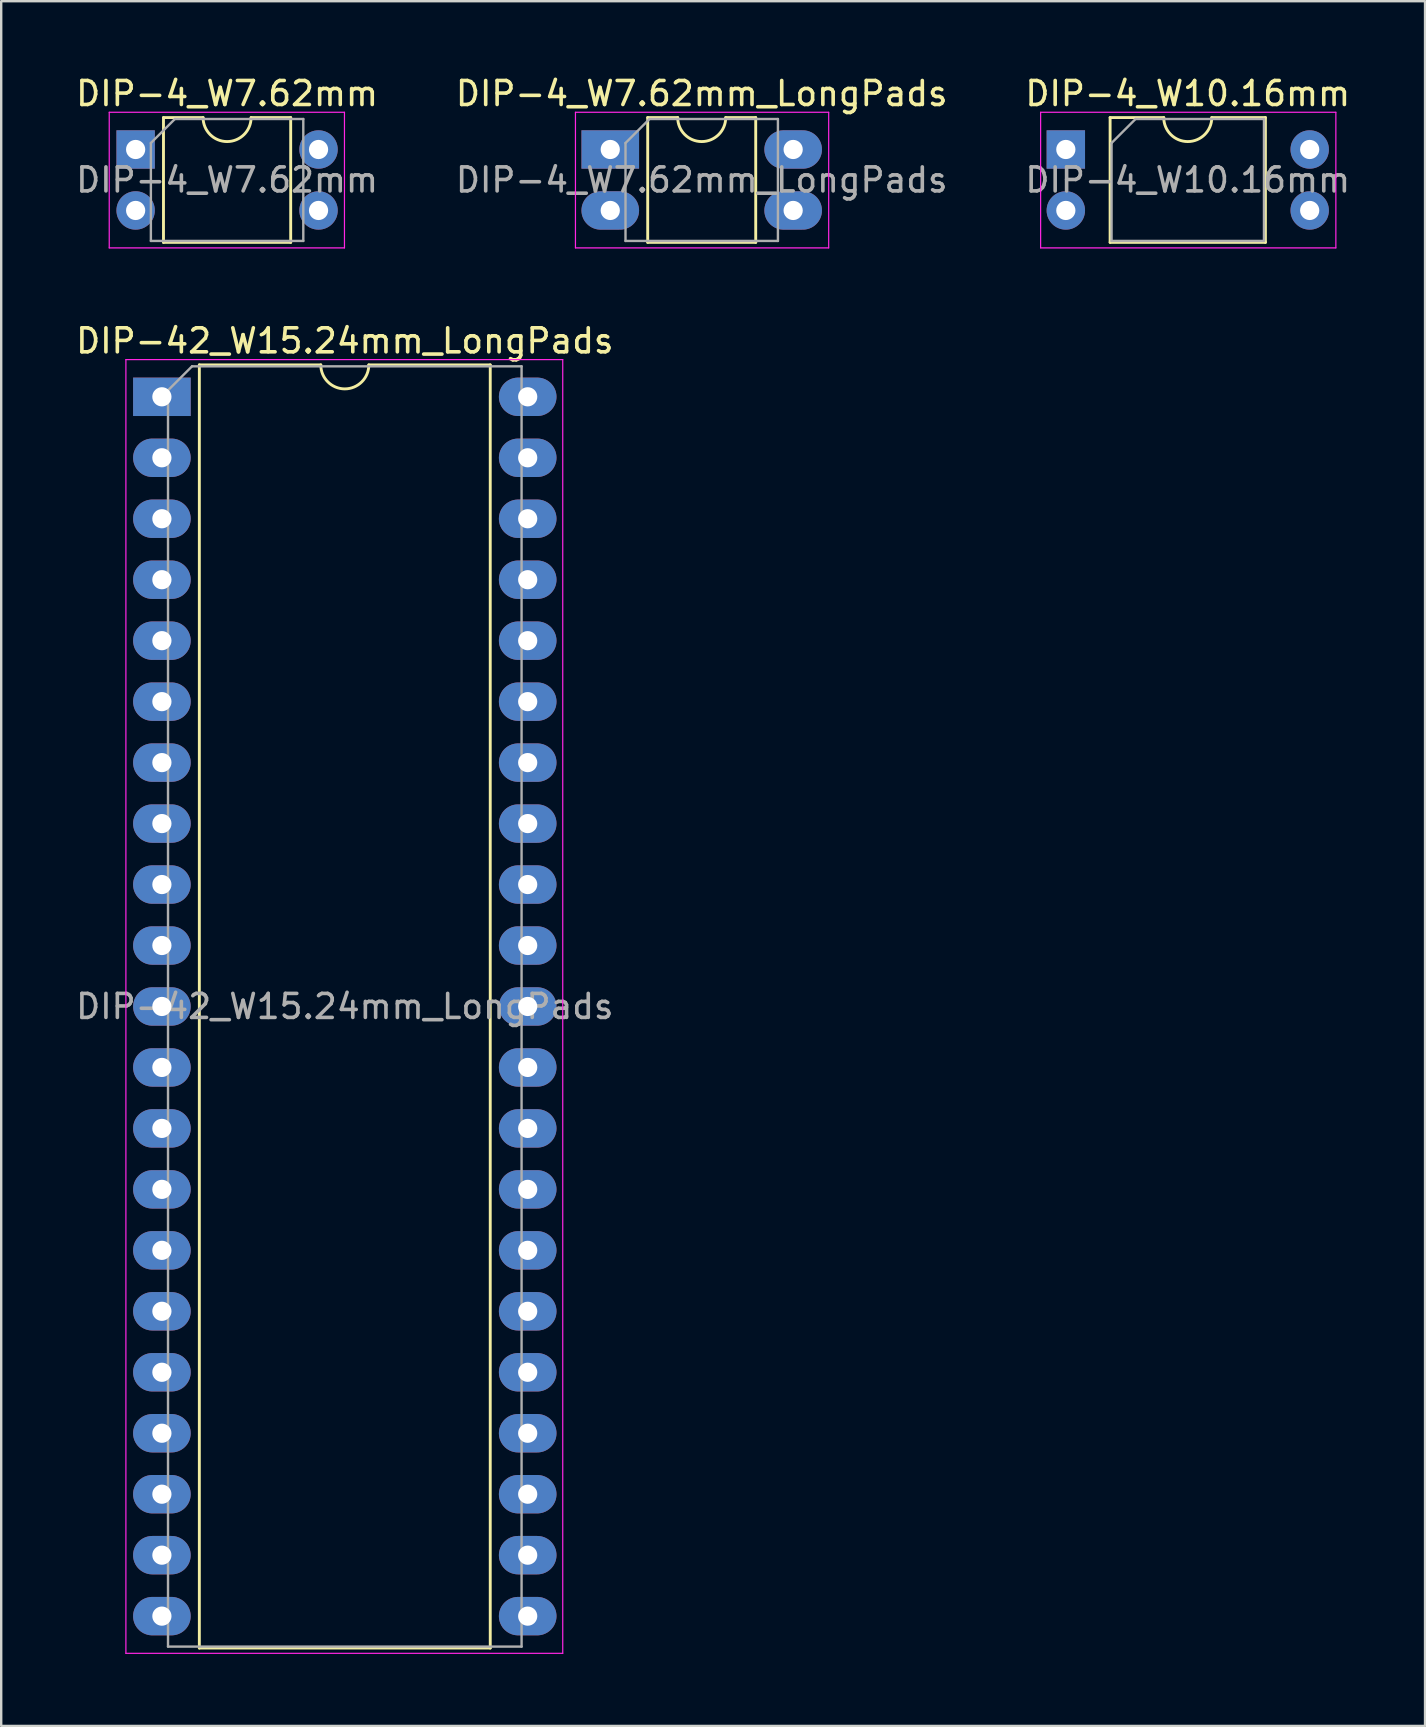
<source format=kicad_pcb>
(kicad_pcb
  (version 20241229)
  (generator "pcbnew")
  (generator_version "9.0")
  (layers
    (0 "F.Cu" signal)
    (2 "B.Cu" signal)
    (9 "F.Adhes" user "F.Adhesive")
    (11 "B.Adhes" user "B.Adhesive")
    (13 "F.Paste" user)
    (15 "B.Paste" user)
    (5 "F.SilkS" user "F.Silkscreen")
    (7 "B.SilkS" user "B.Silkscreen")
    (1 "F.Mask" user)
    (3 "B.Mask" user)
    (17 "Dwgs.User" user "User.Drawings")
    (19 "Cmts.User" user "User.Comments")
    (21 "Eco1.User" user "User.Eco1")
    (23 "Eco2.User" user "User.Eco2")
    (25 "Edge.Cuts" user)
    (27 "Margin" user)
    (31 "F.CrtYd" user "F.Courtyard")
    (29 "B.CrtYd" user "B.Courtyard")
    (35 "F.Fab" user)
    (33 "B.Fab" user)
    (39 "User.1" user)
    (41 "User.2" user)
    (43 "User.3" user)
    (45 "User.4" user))
  (footprint "DIP-42_W15.24mm_LongPads"
    (layer "F.Cu")
    (at 3.695 13.482)
    (property "Reference" "DIP-42_W15.24mm_LongPads" (at 7.62 -2.33 0) (layer "F.SilkS") (effects (font (size 1 1) (thickness 0.15))))
    (attr through_hole)
    (fp_line (start 1.56 -1.33) (end 1.56 52.13) (stroke (width 0.12) (type solid)) (layer "F.SilkS"))
    (fp_line (start 1.56 52.13) (end 13.68 52.13) (stroke (width 0.12) (type solid)) (layer "F.SilkS"))
    (fp_line (start 6.62 -1.33) (end 1.56 -1.33) (stroke (width 0.12) (type solid)) (layer "F.SilkS"))
    (fp_line (start 13.68 -1.33) (end 8.62 -1.33) (stroke (width 0.12) (type solid)) (layer "F.SilkS"))
    (fp_line (start 13.68 52.13) (end 13.68 -1.33) (stroke (width 0.12) (type solid)) (layer "F.SilkS"))
    (fp_arc (start 8.62 -1.33) (mid 7.62 -0.33) (end 6.62 -1.33) (stroke (width 0.12) (type solid)) (layer "F.SilkS"))
    (fp_line (start -1.5 -1.55) (end -1.5 52.35) (stroke (width 0.05) (type solid)) (layer "F.CrtYd"))
    (fp_line (start -1.5 52.35) (end 16.7 52.35) (stroke (width 0.05) (type solid)) (layer "F.CrtYd"))
    (fp_line (start 16.7 -1.55) (end -1.5 -1.55) (stroke (width 0.05) (type solid)) (layer "F.CrtYd"))
    (fp_line (start 16.7 52.35) (end 16.7 -1.55) (stroke (width 0.05) (type solid)) (layer "F.CrtYd"))
    (fp_line (start 0.255 -0.27) (end 1.255 -1.27) (stroke (width 0.1) (type solid)) (layer "F.Fab"))
    (fp_line (start 0.255 52.07) (end 0.255 -0.27) (stroke (width 0.1) (type solid)) (layer "F.Fab"))
    (fp_line (start 1.255 -1.27) (end 14.985 -1.27) (stroke (width 0.1) (type solid)) (layer "F.Fab"))
    (fp_line (start 14.985 -1.27) (end 14.985 52.07) (stroke (width 0.1) (type solid)) (layer "F.Fab"))
    (fp_line (start 14.985 52.07) (end 0.255 52.07) (stroke (width 0.1) (type solid)) (layer "F.Fab"))
    (fp_text user "${REFERENCE}" (at 7.62 25.4 0) (layer "F.Fab") (effects (font (size 1 1) (thickness 0.15))))
    (pad "1" thru_hole rect (at 0 0) (size 2.4 1.6) (drill 0.8) (layers "*.Cu" "*.Mask"))
    (pad "2" thru_hole oval (at 0 2.54) (size 2.4 1.6) (drill 0.8) (layers "*.Cu" "*.Mask"))
    (pad "3" thru_hole oval (at 0 5.08) (size 2.4 1.6) (drill 0.8) (layers "*.Cu" "*.Mask"))
    (pad "4" thru_hole oval (at 0 7.62) (size 2.4 1.6) (drill 0.8) (layers "*.Cu" "*.Mask"))
    (pad "5" thru_hole oval (at 0 10.16) (size 2.4 1.6) (drill 0.8) (layers "*.Cu" "*.Mask"))
    (pad "6" thru_hole oval (at 0 12.7) (size 2.4 1.6) (drill 0.8) (layers "*.Cu" "*.Mask"))
    (pad "7" thru_hole oval (at 0 15.24) (size 2.4 1.6) (drill 0.8) (layers "*.Cu" "*.Mask"))
    (pad "8" thru_hole oval (at 0 17.78) (size 2.4 1.6) (drill 0.8) (layers "*.Cu" "*.Mask"))
    (pad "9" thru_hole oval (at 0 20.32) (size 2.4 1.6) (drill 0.8) (layers "*.Cu" "*.Mask"))
    (pad "10" thru_hole oval (at 0 22.86) (size 2.4 1.6) (drill 0.8) (layers "*.Cu" "*.Mask"))
    (pad "11" thru_hole oval (at 0 25.4) (size 2.4 1.6) (drill 0.8) (layers "*.Cu" "*.Mask"))
    (pad "12" thru_hole oval (at 0 27.94) (size 2.4 1.6) (drill 0.8) (layers "*.Cu" "*.Mask"))
    (pad "13" thru_hole oval (at 0 30.48) (size 2.4 1.6) (drill 0.8) (layers "*.Cu" "*.Mask"))
    (pad "14" thru_hole oval (at 0 33.02) (size 2.4 1.6) (drill 0.8) (layers "*.Cu" "*.Mask"))
    (pad "15" thru_hole oval (at 0 35.56) (size 2.4 1.6) (drill 0.8) (layers "*.Cu" "*.Mask"))
    (pad "16" thru_hole oval (at 0 38.1) (size 2.4 1.6) (drill 0.8) (layers "*.Cu" "*.Mask"))
    (pad "17" thru_hole oval (at 0 40.64) (size 2.4 1.6) (drill 0.8) (layers "*.Cu" "*.Mask"))
    (pad "18" thru_hole oval (at 0 43.18) (size 2.4 1.6) (drill 0.8) (layers "*.Cu" "*.Mask"))
    (pad "19" thru_hole oval (at 0 45.72) (size 2.4 1.6) (drill 0.8) (layers "*.Cu" "*.Mask"))
    (pad "20" thru_hole oval (at 0 48.26) (size 2.4 1.6) (drill 0.8) (layers "*.Cu" "*.Mask"))
    (pad "21" thru_hole oval (at 0 50.8) (size 2.4 1.6) (drill 0.8) (layers "*.Cu" "*.Mask"))
    (pad "22" thru_hole oval (at 15.24 50.8) (size 2.4 1.6) (drill 0.8) (layers "*.Cu" "*.Mask"))
    (pad "23" thru_hole oval (at 15.24 48.26) (size 2.4 1.6) (drill 0.8) (layers "*.Cu" "*.Mask"))
    (pad "24" thru_hole oval (at 15.24 45.72) (size 2.4 1.6) (drill 0.8) (layers "*.Cu" "*.Mask"))
    (pad "25" thru_hole oval (at 15.24 43.18) (size 2.4 1.6) (drill 0.8) (layers "*.Cu" "*.Mask"))
    (pad "26" thru_hole oval (at 15.24 40.64) (size 2.4 1.6) (drill 0.8) (layers "*.Cu" "*.Mask"))
    (pad "27" thru_hole oval (at 15.24 38.1) (size 2.4 1.6) (drill 0.8) (layers "*.Cu" "*.Mask"))
    (pad "28" thru_hole oval (at 15.24 35.56) (size 2.4 1.6) (drill 0.8) (layers "*.Cu" "*.Mask"))
    (pad "29" thru_hole oval (at 15.24 33.02) (size 2.4 1.6) (drill 0.8) (layers "*.Cu" "*.Mask"))
    (pad "30" thru_hole oval (at 15.24 30.48) (size 2.4 1.6) (drill 0.8) (layers "*.Cu" "*.Mask"))
    (pad "31" thru_hole oval (at 15.24 27.94) (size 2.4 1.6) (drill 0.8) (layers "*.Cu" "*.Mask"))
    (pad "32" thru_hole oval (at 15.24 25.4) (size 2.4 1.6) (drill 0.8) (layers "*.Cu" "*.Mask"))
    (pad "33" thru_hole oval (at 15.24 22.86) (size 2.4 1.6) (drill 0.8) (layers "*.Cu" "*.Mask"))
    (pad "34" thru_hole oval (at 15.24 20.32) (size 2.4 1.6) (drill 0.8) (layers "*.Cu" "*.Mask"))
    (pad "35" thru_hole oval (at 15.24 17.78) (size 2.4 1.6) (drill 0.8) (layers "*.Cu" "*.Mask"))
    (pad "36" thru_hole oval (at 15.24 15.24) (size 2.4 1.6) (drill 0.8) (layers "*.Cu" "*.Mask"))
    (pad "37" thru_hole oval (at 15.24 12.7) (size 2.4 1.6) (drill 0.8) (layers "*.Cu" "*.Mask"))
    (pad "38" thru_hole oval (at 15.24 10.16) (size 2.4 1.6) (drill 0.8) (layers "*.Cu" "*.Mask"))
    (pad "39" thru_hole oval (at 15.24 7.62) (size 2.4 1.6) (drill 0.8) (layers "*.Cu" "*.Mask"))
    (pad "40" thru_hole oval (at 15.24 5.08) (size 2.4 1.6) (drill 0.8) (layers "*.Cu" "*.Mask"))
    (pad "41" thru_hole oval (at 15.24 2.54) (size 2.4 1.6) (drill 0.8) (layers "*.Cu" "*.Mask"))
    (pad "42" thru_hole oval (at 15.24 0) (size 2.4 1.6) (drill 0.8) (layers "*.Cu" "*.Mask")))
  (footprint "DIP-4_W10.16mm"
    (layer "F.Cu")
    (at 41.355 3.178)
    (property "Reference" "DIP-4_W10.16mm" (at 5.08 -2.33 0) (layer "F.SilkS") (effects (font (size 1 1) (thickness 0.15))))
    (attr through_hole)
    (fp_line (start 1.845 -1.33) (end 1.845 3.87) (stroke (width 0.12) (type solid)) (layer "F.SilkS"))
    (fp_line (start 1.845 3.87) (end 8.315 3.87) (stroke (width 0.12) (type solid)) (layer "F.SilkS"))
    (fp_line (start 4.08 -1.33) (end 1.845 -1.33) (stroke (width 0.12) (type solid)) (layer "F.SilkS"))
    (fp_line (start 8.315 -1.33) (end 6.08 -1.33) (stroke (width 0.12) (type solid)) (layer "F.SilkS"))
    (fp_line (start 8.315 3.87) (end 8.315 -1.33) (stroke (width 0.12) (type solid)) (layer "F.SilkS"))
    (fp_arc (start 6.08 -1.33) (mid 5.08 -0.33) (end 4.08 -1.33) (stroke (width 0.12) (type solid)) (layer "F.SilkS"))
    (fp_line (start -1.05 -1.55) (end -1.05 4.1) (stroke (width 0.05) (type solid)) (layer "F.CrtYd"))
    (fp_line (start -1.05 4.1) (end 11.25 4.1) (stroke (width 0.05) (type solid)) (layer "F.CrtYd"))
    (fp_line (start 11.25 -1.55) (end -1.05 -1.55) (stroke (width 0.05) (type solid)) (layer "F.CrtYd"))
    (fp_line (start 11.25 4.1) (end 11.25 -1.55) (stroke (width 0.05) (type solid)) (layer "F.CrtYd"))
    (fp_line (start 1.905 -0.27) (end 2.905 -1.27) (stroke (width 0.1) (type solid)) (layer "F.Fab"))
    (fp_line (start 1.905 3.81) (end 1.905 -0.27) (stroke (width 0.1) (type solid)) (layer "F.Fab"))
    (fp_line (start 2.905 -1.27) (end 8.255 -1.27) (stroke (width 0.1) (type solid)) (layer "F.Fab"))
    (fp_line (start 8.255 -1.27) (end 8.255 3.81) (stroke (width 0.1) (type solid)) (layer "F.Fab"))
    (fp_line (start 8.255 3.81) (end 1.905 3.81) (stroke (width 0.1) (type solid)) (layer "F.Fab"))
    (fp_text user "${REFERENCE}" (at 5.08 1.27 0) (layer "F.Fab") (effects (font (size 1 1) (thickness 0.15))))
    (pad "1" thru_hole rect (at 0 0) (size 1.6 1.6) (drill 0.8) (layers "*.Cu" "*.Mask"))
    (pad "2" thru_hole oval (at 0 2.54) (size 1.6 1.6) (drill 0.8) (layers "*.Cu" "*.Mask"))
    (pad "3" thru_hole oval (at 10.16 2.54) (size 1.6 1.6) (drill 0.8) (layers "*.Cu" "*.Mask"))
    (pad "4" thru_hole oval (at 10.16 0) (size 1.6 1.6) (drill 0.8) (layers "*.Cu" "*.Mask")))
  (footprint "DIP-4_W7.62mm_LongPads"
    (layer "F.Cu")
    (at 22.375 3.178)
    (property "Reference" "DIP-4_W7.62mm_LongPads" (at 3.81 -2.33 0) (layer "F.SilkS") (effects (font (size 1 1) (thickness 0.15))))
    (attr through_hole)
    (fp_line (start 1.56 -1.33) (end 1.56 3.87) (stroke (width 0.12) (type solid)) (layer "F.SilkS"))
    (fp_line (start 1.56 3.87) (end 6.06 3.87) (stroke (width 0.12) (type solid)) (layer "F.SilkS"))
    (fp_line (start 2.81 -1.33) (end 1.56 -1.33) (stroke (width 0.12) (type solid)) (layer "F.SilkS"))
    (fp_line (start 6.06 -1.33) (end 4.81 -1.33) (stroke (width 0.12) (type solid)) (layer "F.SilkS"))
    (fp_line (start 6.06 3.87) (end 6.06 -1.33) (stroke (width 0.12) (type solid)) (layer "F.SilkS"))
    (fp_arc (start 4.81 -1.33) (mid 3.81 -0.33) (end 2.81 -1.33) (stroke (width 0.12) (type solid)) (layer "F.SilkS"))
    (fp_line (start -1.45 -1.55) (end -1.45 4.1) (stroke (width 0.05) (type solid)) (layer "F.CrtYd"))
    (fp_line (start -1.45 4.1) (end 9.1 4.1) (stroke (width 0.05) (type solid)) (layer "F.CrtYd"))
    (fp_line (start 9.1 -1.55) (end -1.45 -1.55) (stroke (width 0.05) (type solid)) (layer "F.CrtYd"))
    (fp_line (start 9.1 4.1) (end 9.1 -1.55) (stroke (width 0.05) (type solid)) (layer "F.CrtYd"))
    (fp_line (start 0.635 -0.27) (end 1.635 -1.27) (stroke (width 0.1) (type solid)) (layer "F.Fab"))
    (fp_line (start 0.635 3.81) (end 0.635 -0.27) (stroke (width 0.1) (type solid)) (layer "F.Fab"))
    (fp_line (start 1.635 -1.27) (end 6.985 -1.27) (stroke (width 0.1) (type solid)) (layer "F.Fab"))
    (fp_line (start 6.985 -1.27) (end 6.985 3.81) (stroke (width 0.1) (type solid)) (layer "F.Fab"))
    (fp_line (start 6.985 3.81) (end 0.635 3.81) (stroke (width 0.1) (type solid)) (layer "F.Fab"))
    (fp_text user "${REFERENCE}" (at 3.81 1.27 0) (layer "F.Fab") (effects (font (size 1 1) (thickness 0.15))))
    (pad "1" thru_hole rect (at 0 0) (size 2.4 1.6) (drill 0.8) (layers "*.Cu" "*.Mask"))
    (pad "2" thru_hole oval (at 0 2.54) (size 2.4 1.6) (drill 0.8) (layers "*.Cu" "*.Mask"))
    (pad "3" thru_hole oval (at 7.62 2.54) (size 2.4 1.6) (drill 0.8) (layers "*.Cu" "*.Mask"))
    (pad "4" thru_hole oval (at 7.62 0) (size 2.4 1.6) (drill 0.8) (layers "*.Cu" "*.Mask")))
  (footprint "DIP-4_W7.62mm"
    (layer "F.Cu")
    (at 2.601 3.178)
    (property "Reference" "DIP-4_W7.62mm" (at 3.81 -2.33 0) (layer "F.SilkS") (effects (font (size 1 1) (thickness 0.15))))
    (attr through_hole)
    (fp_line (start 1.16 -1.33) (end 1.16 3.87) (stroke (width 0.12) (type solid)) (layer "F.SilkS"))
    (fp_line (start 1.16 3.87) (end 6.46 3.87) (stroke (width 0.12) (type solid)) (layer "F.SilkS"))
    (fp_line (start 2.81 -1.33) (end 1.16 -1.33) (stroke (width 0.12) (type solid)) (layer "F.SilkS"))
    (fp_line (start 6.46 -1.33) (end 4.81 -1.33) (stroke (width 0.12) (type solid)) (layer "F.SilkS"))
    (fp_line (start 6.46 3.87) (end 6.46 -1.33) (stroke (width 0.12) (type solid)) (layer "F.SilkS"))
    (fp_arc (start 4.81 -1.33) (mid 3.81 -0.33) (end 2.81 -1.33) (stroke (width 0.12) (type solid)) (layer "F.SilkS"))
    (fp_line (start -1.1 -1.55) (end -1.1 4.1) (stroke (width 0.05) (type solid)) (layer "F.CrtYd"))
    (fp_line (start -1.1 4.1) (end 8.7 4.1) (stroke (width 0.05) (type solid)) (layer "F.CrtYd"))
    (fp_line (start 8.7 -1.55) (end -1.1 -1.55) (stroke (width 0.05) (type solid)) (layer "F.CrtYd"))
    (fp_line (start 8.7 4.1) (end 8.7 -1.55) (stroke (width 0.05) (type solid)) (layer "F.CrtYd"))
    (fp_line (start 0.635 -0.27) (end 1.635 -1.27) (stroke (width 0.1) (type solid)) (layer "F.Fab"))
    (fp_line (start 0.635 3.81) (end 0.635 -0.27) (stroke (width 0.1) (type solid)) (layer "F.Fab"))
    (fp_line (start 1.635 -1.27) (end 6.985 -1.27) (stroke (width 0.1) (type solid)) (layer "F.Fab"))
    (fp_line (start 6.985 -1.27) (end 6.985 3.81) (stroke (width 0.1) (type solid)) (layer "F.Fab"))
    (fp_line (start 6.985 3.81) (end 0.635 3.81) (stroke (width 0.1) (type solid)) (layer "F.Fab"))
    (fp_text user "${REFERENCE}" (at 3.81 1.27 0) (layer "F.Fab") (effects (font (size 1 1) (thickness 0.15))))
    (pad "1" thru_hole rect (at 0 0) (size 1.6 1.6) (drill 0.8) (layers "*.Cu" "*.Mask"))
    (pad "2" thru_hole oval (at 0 2.54) (size 1.6 1.6) (drill 0.8) (layers "*.Cu" "*.Mask"))
    (pad "3" thru_hole oval (at 7.62 2.54) (size 1.6 1.6) (drill 0.8) (layers "*.Cu" "*.Mask"))
    (pad "4" thru_hole oval (at 7.62 0) (size 1.6 1.6) (drill 0.8) (layers "*.Cu" "*.Mask")))
  (gr_rect
    (start -3 -3)
    (end 56.321 68.856)
    (stroke (width 0.1) (type default))
    (fill no)
    (layer "Edge.Cuts")))
</source>
